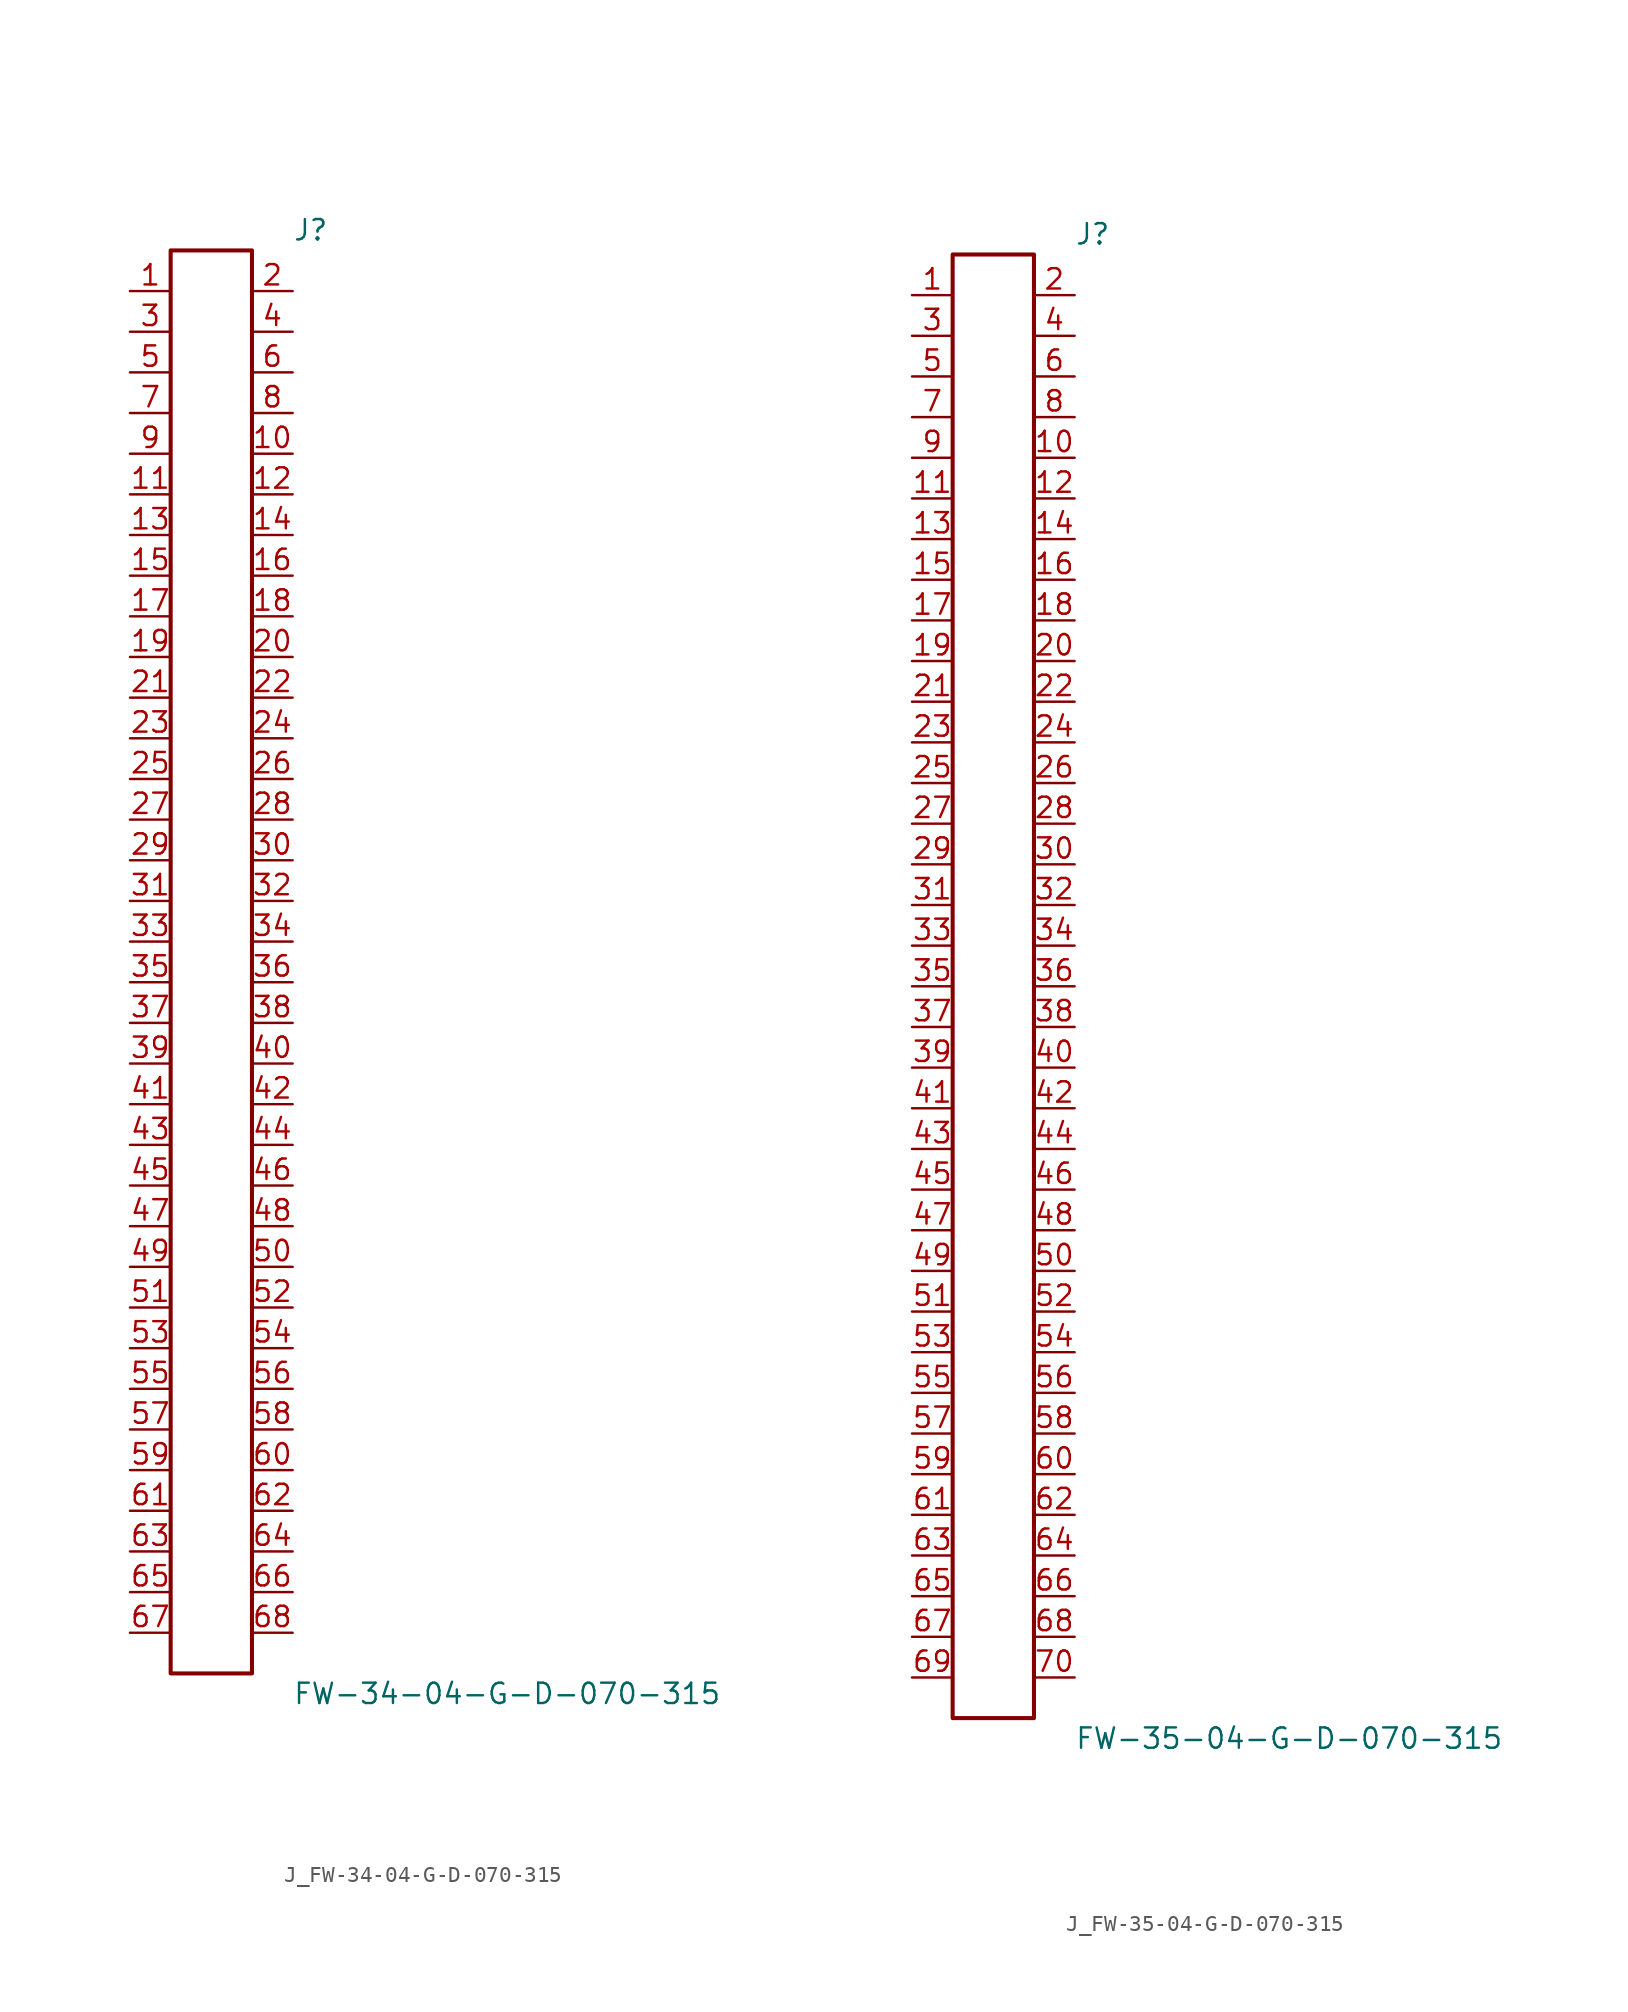
<source format=kicad_sym>
(kicad_symbol_lib
  (version 20231120)
  (generator kicad_symbol_editor)
  (generator_version 8.0)
  (symbol "J_FW-34-04-G-D-070-315"
    (pin_names
      (offset 0.254))
    (property "Reference" "J"
      (at 5.08 45.72 0)
      (effects (font (size 1.27 1.27)) (justify left)))
    (property "Value" "FW-34-04-G-D-070-315"
      (at 5.08 -45.72 0)
      (effects (font (size 1.27 1.27)) (justify left)))
    (symbol "J_FW-34-04-G-D-070-315_0_0"
      (pin passive line (at -5.08 41.91 0) (length 2.54) (name "" (effects (font (size 1.27 1.27)))) (number "1" (effects (font (size 1.27 1.27)))))
      (pin passive line (at 5.08 41.91 180) (length 2.54) (name "" (effects (font (size 1.27 1.27)))) (number "2" (effects (font (size 1.27 1.27)))))
      (pin passive line (at -5.08 39.37 0) (length 2.54) (name "" (effects (font (size 1.27 1.27)))) (number "3" (effects (font (size 1.27 1.27)))))
      (pin passive line (at 5.08 39.37 180) (length 2.54) (name "" (effects (font (size 1.27 1.27)))) (number "4" (effects (font (size 1.27 1.27)))))
      (pin passive line (at -5.08 36.83 0) (length 2.54) (name "" (effects (font (size 1.27 1.27)))) (number "5" (effects (font (size 1.27 1.27)))))
      (pin passive line (at 5.08 36.83 180) (length 2.54) (name "" (effects (font (size 1.27 1.27)))) (number "6" (effects (font (size 1.27 1.27)))))
      (pin passive line (at -5.08 34.29 0) (length 2.54) (name "" (effects (font (size 1.27 1.27)))) (number "7" (effects (font (size 1.27 1.27)))))
      (pin passive line (at 5.08 34.29 180) (length 2.54) (name "" (effects (font (size 1.27 1.27)))) (number "8" (effects (font (size 1.27 1.27)))))
      (pin passive line (at -5.08 31.75 0) (length 2.54) (name "" (effects (font (size 1.27 1.27)))) (number "9" (effects (font (size 1.27 1.27)))))
      (pin passive line (at 5.08 31.75 180) (length 2.54) (name "" (effects (font (size 1.27 1.27)))) (number "10" (effects (font (size 1.27 1.27)))))
      (pin passive line (at -5.08 29.21 0) (length 2.54) (name "" (effects (font (size 1.27 1.27)))) (number "11" (effects (font (size 1.27 1.27)))))
      (pin passive line (at 5.08 29.21 180) (length 2.54) (name "" (effects (font (size 1.27 1.27)))) (number "12" (effects (font (size 1.27 1.27)))))
      (pin passive line (at -5.08 26.67 0) (length 2.54) (name "" (effects (font (size 1.27 1.27)))) (number "13" (effects (font (size 1.27 1.27)))))
      (pin passive line (at 5.08 26.67 180) (length 2.54) (name "" (effects (font (size 1.27 1.27)))) (number "14" (effects (font (size 1.27 1.27)))))
      (pin passive line (at -5.08 24.13 0) (length 2.54) (name "" (effects (font (size 1.27 1.27)))) (number "15" (effects (font (size 1.27 1.27)))))
      (pin passive line (at 5.08 24.13 180) (length 2.54) (name "" (effects (font (size 1.27 1.27)))) (number "16" (effects (font (size 1.27 1.27)))))
      (pin passive line (at -5.08 21.59 0) (length 2.54) (name "" (effects (font (size 1.27 1.27)))) (number "17" (effects (font (size 1.27 1.27)))))
      (pin passive line (at 5.08 21.59 180) (length 2.54) (name "" (effects (font (size 1.27 1.27)))) (number "18" (effects (font (size 1.27 1.27)))))
      (pin passive line (at -5.08 19.05 0) (length 2.54) (name "" (effects (font (size 1.27 1.27)))) (number "19" (effects (font (size 1.27 1.27)))))
      (pin passive line (at 5.08 19.05 180) (length 2.54) (name "" (effects (font (size 1.27 1.27)))) (number "20" (effects (font (size 1.27 1.27)))))
      (pin passive line (at -5.08 16.51 0) (length 2.54) (name "" (effects (font (size 1.27 1.27)))) (number "21" (effects (font (size 1.27 1.27)))))
      (pin passive line (at 5.08 16.51 180) (length 2.54) (name "" (effects (font (size 1.27 1.27)))) (number "22" (effects (font (size 1.27 1.27)))))
      (pin passive line (at -5.08 13.97 0) (length 2.54) (name "" (effects (font (size 1.27 1.27)))) (number "23" (effects (font (size 1.27 1.27)))))
      (pin passive line (at 5.08 13.97 180) (length 2.54) (name "" (effects (font (size 1.27 1.27)))) (number "24" (effects (font (size 1.27 1.27)))))
      (pin passive line (at -5.08 11.43 0) (length 2.54) (name "" (effects (font (size 1.27 1.27)))) (number "25" (effects (font (size 1.27 1.27)))))
      (pin passive line (at 5.08 11.43 180) (length 2.54) (name "" (effects (font (size 1.27 1.27)))) (number "26" (effects (font (size 1.27 1.27)))))
      (pin passive line (at -5.08 8.89 0) (length 2.54) (name "" (effects (font (size 1.27 1.27)))) (number "27" (effects (font (size 1.27 1.27)))))
      (pin passive line (at 5.08 8.89 180) (length 2.54) (name "" (effects (font (size 1.27 1.27)))) (number "28" (effects (font (size 1.27 1.27)))))
      (pin passive line (at -5.08 6.35 0) (length 2.54) (name "" (effects (font (size 1.27 1.27)))) (number "29" (effects (font (size 1.27 1.27)))))
      (pin passive line (at 5.08 6.35 180) (length 2.54) (name "" (effects (font (size 1.27 1.27)))) (number "30" (effects (font (size 1.27 1.27)))))
      (pin passive line (at -5.08 3.81 0) (length 2.54) (name "" (effects (font (size 1.27 1.27)))) (number "31" (effects (font (size 1.27 1.27)))))
      (pin passive line (at 5.08 3.81 180) (length 2.54) (name "" (effects (font (size 1.27 1.27)))) (number "32" (effects (font (size 1.27 1.27)))))
      (pin passive line (at -5.08 1.27 0) (length 2.54) (name "" (effects (font (size 1.27 1.27)))) (number "33" (effects (font (size 1.27 1.27)))))
      (pin passive line (at 5.08 1.27 180) (length 2.54) (name "" (effects (font (size 1.27 1.27)))) (number "34" (effects (font (size 1.27 1.27)))))
      (pin passive line (at -5.08 -1.27 0) (length 2.54) (name "" (effects (font (size 1.27 1.27)))) (number "35" (effects (font (size 1.27 1.27)))))
      (pin passive line (at 5.08 -1.27 180) (length 2.54) (name "" (effects (font (size 1.27 1.27)))) (number "36" (effects (font (size 1.27 1.27)))))
      (pin passive line (at -5.08 -3.81 0) (length 2.54) (name "" (effects (font (size 1.27 1.27)))) (number "37" (effects (font (size 1.27 1.27)))))
      (pin passive line (at 5.08 -3.81 180) (length 2.54) (name "" (effects (font (size 1.27 1.27)))) (number "38" (effects (font (size 1.27 1.27)))))
      (pin passive line (at -5.08 -6.35 0) (length 2.54) (name "" (effects (font (size 1.27 1.27)))) (number "39" (effects (font (size 1.27 1.27)))))
      (pin passive line (at 5.08 -6.35 180) (length 2.54) (name "" (effects (font (size 1.27 1.27)))) (number "40" (effects (font (size 1.27 1.27)))))
      (pin passive line (at -5.08 -8.89 0) (length 2.54) (name "" (effects (font (size 1.27 1.27)))) (number "41" (effects (font (size 1.27 1.27)))))
      (pin passive line (at 5.08 -8.89 180) (length 2.54) (name "" (effects (font (size 1.27 1.27)))) (number "42" (effects (font (size 1.27 1.27)))))
      (pin passive line (at -5.08 -11.43 0) (length 2.54) (name "" (effects (font (size 1.27 1.27)))) (number "43" (effects (font (size 1.27 1.27)))))
      (pin passive line (at 5.08 -11.43 180) (length 2.54) (name "" (effects (font (size 1.27 1.27)))) (number "44" (effects (font (size 1.27 1.27)))))
      (pin passive line (at -5.08 -13.97 0) (length 2.54) (name "" (effects (font (size 1.27 1.27)))) (number "45" (effects (font (size 1.27 1.27)))))
      (pin passive line (at 5.08 -13.97 180) (length 2.54) (name "" (effects (font (size 1.27 1.27)))) (number "46" (effects (font (size 1.27 1.27)))))
      (pin passive line (at -5.08 -16.51 0) (length 2.54) (name "" (effects (font (size 1.27 1.27)))) (number "47" (effects (font (size 1.27 1.27)))))
      (pin passive line (at 5.08 -16.51 180) (length 2.54) (name "" (effects (font (size 1.27 1.27)))) (number "48" (effects (font (size 1.27 1.27)))))
      (pin passive line (at -5.08 -19.05 0) (length 2.54) (name "" (effects (font (size 1.27 1.27)))) (number "49" (effects (font (size 1.27 1.27)))))
      (pin passive line (at 5.08 -19.05 180) (length 2.54) (name "" (effects (font (size 1.27 1.27)))) (number "50" (effects (font (size 1.27 1.27)))))
      (pin passive line (at -5.08 -21.59 0) (length 2.54) (name "" (effects (font (size 1.27 1.27)))) (number "51" (effects (font (size 1.27 1.27)))))
      (pin passive line (at 5.08 -21.59 180) (length 2.54) (name "" (effects (font (size 1.27 1.27)))) (number "52" (effects (font (size 1.27 1.27)))))
      (pin passive line (at -5.08 -24.13 0) (length 2.54) (name "" (effects (font (size 1.27 1.27)))) (number "53" (effects (font (size 1.27 1.27)))))
      (pin passive line (at 5.08 -24.13 180) (length 2.54) (name "" (effects (font (size 1.27 1.27)))) (number "54" (effects (font (size 1.27 1.27)))))
      (pin passive line (at -5.08 -26.67 0) (length 2.54) (name "" (effects (font (size 1.27 1.27)))) (number "55" (effects (font (size 1.27 1.27)))))
      (pin passive line (at 5.08 -26.67 180) (length 2.54) (name "" (effects (font (size 1.27 1.27)))) (number "56" (effects (font (size 1.27 1.27)))))
      (pin passive line (at -5.08 -29.21 0) (length 2.54) (name "" (effects (font (size 1.27 1.27)))) (number "57" (effects (font (size 1.27 1.27)))))
      (pin passive line (at 5.08 -29.21 180) (length 2.54) (name "" (effects (font (size 1.27 1.27)))) (number "58" (effects (font (size 1.27 1.27)))))
      (pin passive line (at -5.08 -31.75 0) (length 2.54) (name "" (effects (font (size 1.27 1.27)))) (number "59" (effects (font (size 1.27 1.27)))))
      (pin passive line (at 5.08 -31.75 180) (length 2.54) (name "" (effects (font (size 1.27 1.27)))) (number "60" (effects (font (size 1.27 1.27)))))
      (pin passive line (at -5.08 -34.29 0) (length 2.54) (name "" (effects (font (size 1.27 1.27)))) (number "61" (effects (font (size 1.27 1.27)))))
      (pin passive line (at 5.08 -34.29 180) (length 2.54) (name "" (effects (font (size 1.27 1.27)))) (number "62" (effects (font (size 1.27 1.27)))))
      (pin passive line (at -5.08 -36.83 0) (length 2.54) (name "" (effects (font (size 1.27 1.27)))) (number "63" (effects (font (size 1.27 1.27)))))
      (pin passive line (at 5.08 -36.83 180) (length 2.54) (name "" (effects (font (size 1.27 1.27)))) (number "64" (effects (font (size 1.27 1.27)))))
      (pin passive line (at -5.08 -39.37 0) (length 2.54) (name "" (effects (font (size 1.27 1.27)))) (number "65" (effects (font (size 1.27 1.27)))))
      (pin passive line (at 5.08 -39.37 180) (length 2.54) (name "" (effects (font (size 1.27 1.27)))) (number "66" (effects (font (size 1.27 1.27)))))
      (pin passive line (at -5.08 -41.91 0) (length 2.54) (name "" (effects (font (size 1.27 1.27)))) (number "67" (effects (font (size 1.27 1.27)))))
      (pin passive line (at 5.08 -41.91 180) (length 2.54) (name "" (effects (font (size 1.27 1.27)))) (number "68" (effects (font (size 1.27 1.27))))))
    (symbol "J_FW-34-04-G-D-070-315_1_0"
      (rectangle (start -2.54 44.45) (end 2.54 -44.45) (stroke (width 0.254) (type solid)) (fill (type none)))))
  (symbol "J_FW-35-04-G-D-070-315"
    (pin_names
      (offset 0.254))
    (property "Reference" "J"
      (at 5.08 46.99 0)
      (effects (font (size 1.27 1.27)) (justify left)))
    (property "Value" "FW-35-04-G-D-070-315"
      (at 5.08 -46.99 0)
      (effects (font (size 1.27 1.27)) (justify left)))
    (symbol "J_FW-35-04-G-D-070-315_0_0"
      (pin passive line (at -5.08 43.18 0) (length 2.54) (name "" (effects (font (size 1.27 1.27)))) (number "1" (effects (font (size 1.27 1.27)))))
      (pin passive line (at 5.08 43.18 180) (length 2.54) (name "" (effects (font (size 1.27 1.27)))) (number "2" (effects (font (size 1.27 1.27)))))
      (pin passive line (at -5.08 40.64 0) (length 2.54) (name "" (effects (font (size 1.27 1.27)))) (number "3" (effects (font (size 1.27 1.27)))))
      (pin passive line (at 5.08 40.64 180) (length 2.54) (name "" (effects (font (size 1.27 1.27)))) (number "4" (effects (font (size 1.27 1.27)))))
      (pin passive line (at -5.08 38.1 0) (length 2.54) (name "" (effects (font (size 1.27 1.27)))) (number "5" (effects (font (size 1.27 1.27)))))
      (pin passive line (at 5.08 38.1 180) (length 2.54) (name "" (effects (font (size 1.27 1.27)))) (number "6" (effects (font (size 1.27 1.27)))))
      (pin passive line (at -5.08 35.56 0) (length 2.54) (name "" (effects (font (size 1.27 1.27)))) (number "7" (effects (font (size 1.27 1.27)))))
      (pin passive line (at 5.08 35.56 180) (length 2.54) (name "" (effects (font (size 1.27 1.27)))) (number "8" (effects (font (size 1.27 1.27)))))
      (pin passive line (at -5.08 33.02 0) (length 2.54) (name "" (effects (font (size 1.27 1.27)))) (number "9" (effects (font (size 1.27 1.27)))))
      (pin passive line (at 5.08 33.02 180) (length 2.54) (name "" (effects (font (size 1.27 1.27)))) (number "10" (effects (font (size 1.27 1.27)))))
      (pin passive line (at -5.08 30.48 0) (length 2.54) (name "" (effects (font (size 1.27 1.27)))) (number "11" (effects (font (size 1.27 1.27)))))
      (pin passive line (at 5.08 30.48 180) (length 2.54) (name "" (effects (font (size 1.27 1.27)))) (number "12" (effects (font (size 1.27 1.27)))))
      (pin passive line (at -5.08 27.94 0) (length 2.54) (name "" (effects (font (size 1.27 1.27)))) (number "13" (effects (font (size 1.27 1.27)))))
      (pin passive line (at 5.08 27.94 180) (length 2.54) (name "" (effects (font (size 1.27 1.27)))) (number "14" (effects (font (size 1.27 1.27)))))
      (pin passive line (at -5.08 25.4 0) (length 2.54) (name "" (effects (font (size 1.27 1.27)))) (number "15" (effects (font (size 1.27 1.27)))))
      (pin passive line (at 5.08 25.4 180) (length 2.54) (name "" (effects (font (size 1.27 1.27)))) (number "16" (effects (font (size 1.27 1.27)))))
      (pin passive line (at -5.08 22.86 0) (length 2.54) (name "" (effects (font (size 1.27 1.27)))) (number "17" (effects (font (size 1.27 1.27)))))
      (pin passive line (at 5.08 22.86 180) (length 2.54) (name "" (effects (font (size 1.27 1.27)))) (number "18" (effects (font (size 1.27 1.27)))))
      (pin passive line (at -5.08 20.32 0) (length 2.54) (name "" (effects (font (size 1.27 1.27)))) (number "19" (effects (font (size 1.27 1.27)))))
      (pin passive line (at 5.08 20.32 180) (length 2.54) (name "" (effects (font (size 1.27 1.27)))) (number "20" (effects (font (size 1.27 1.27)))))
      (pin passive line (at -5.08 17.78 0) (length 2.54) (name "" (effects (font (size 1.27 1.27)))) (number "21" (effects (font (size 1.27 1.27)))))
      (pin passive line (at 5.08 17.78 180) (length 2.54) (name "" (effects (font (size 1.27 1.27)))) (number "22" (effects (font (size 1.27 1.27)))))
      (pin passive line (at -5.08 15.24 0) (length 2.54) (name "" (effects (font (size 1.27 1.27)))) (number "23" (effects (font (size 1.27 1.27)))))
      (pin passive line (at 5.08 15.24 180) (length 2.54) (name "" (effects (font (size 1.27 1.27)))) (number "24" (effects (font (size 1.27 1.27)))))
      (pin passive line (at -5.08 12.7 0) (length 2.54) (name "" (effects (font (size 1.27 1.27)))) (number "25" (effects (font (size 1.27 1.27)))))
      (pin passive line (at 5.08 12.7 180) (length 2.54) (name "" (effects (font (size 1.27 1.27)))) (number "26" (effects (font (size 1.27 1.27)))))
      (pin passive line (at -5.08 10.16 0) (length 2.54) (name "" (effects (font (size 1.27 1.27)))) (number "27" (effects (font (size 1.27 1.27)))))
      (pin passive line (at 5.08 10.16 180) (length 2.54) (name "" (effects (font (size 1.27 1.27)))) (number "28" (effects (font (size 1.27 1.27)))))
      (pin passive line (at -5.08 7.62 0) (length 2.54) (name "" (effects (font (size 1.27 1.27)))) (number "29" (effects (font (size 1.27 1.27)))))
      (pin passive line (at 5.08 7.62 180) (length 2.54) (name "" (effects (font (size 1.27 1.27)))) (number "30" (effects (font (size 1.27 1.27)))))
      (pin passive line (at -5.08 5.08 0) (length 2.54) (name "" (effects (font (size 1.27 1.27)))) (number "31" (effects (font (size 1.27 1.27)))))
      (pin passive line (at 5.08 5.08 180) (length 2.54) (name "" (effects (font (size 1.27 1.27)))) (number "32" (effects (font (size 1.27 1.27)))))
      (pin passive line (at -5.08 2.54 0) (length 2.54) (name "" (effects (font (size 1.27 1.27)))) (number "33" (effects (font (size 1.27 1.27)))))
      (pin passive line (at 5.08 2.54 180) (length 2.54) (name "" (effects (font (size 1.27 1.27)))) (number "34" (effects (font (size 1.27 1.27)))))
      (pin passive line (at -5.08 0.0 0) (length 2.54) (name "" (effects (font (size 1.27 1.27)))) (number "35" (effects (font (size 1.27 1.27)))))
      (pin passive line (at 5.08 0.0 180) (length 2.54) (name "" (effects (font (size 1.27 1.27)))) (number "36" (effects (font (size 1.27 1.27)))))
      (pin passive line (at -5.08 -2.54 0) (length 2.54) (name "" (effects (font (size 1.27 1.27)))) (number "37" (effects (font (size 1.27 1.27)))))
      (pin passive line (at 5.08 -2.54 180) (length 2.54) (name "" (effects (font (size 1.27 1.27)))) (number "38" (effects (font (size 1.27 1.27)))))
      (pin passive line (at -5.08 -5.08 0) (length 2.54) (name "" (effects (font (size 1.27 1.27)))) (number "39" (effects (font (size 1.27 1.27)))))
      (pin passive line (at 5.08 -5.08 180) (length 2.54) (name "" (effects (font (size 1.27 1.27)))) (number "40" (effects (font (size 1.27 1.27)))))
      (pin passive line (at -5.08 -7.62 0) (length 2.54) (name "" (effects (font (size 1.27 1.27)))) (number "41" (effects (font (size 1.27 1.27)))))
      (pin passive line (at 5.08 -7.62 180) (length 2.54) (name "" (effects (font (size 1.27 1.27)))) (number "42" (effects (font (size 1.27 1.27)))))
      (pin passive line (at -5.08 -10.16 0) (length 2.54) (name "" (effects (font (size 1.27 1.27)))) (number "43" (effects (font (size 1.27 1.27)))))
      (pin passive line (at 5.08 -10.16 180) (length 2.54) (name "" (effects (font (size 1.27 1.27)))) (number "44" (effects (font (size 1.27 1.27)))))
      (pin passive line (at -5.08 -12.7 0) (length 2.54) (name "" (effects (font (size 1.27 1.27)))) (number "45" (effects (font (size 1.27 1.27)))))
      (pin passive line (at 5.08 -12.7 180) (length 2.54) (name "" (effects (font (size 1.27 1.27)))) (number "46" (effects (font (size 1.27 1.27)))))
      (pin passive line (at -5.08 -15.24 0) (length 2.54) (name "" (effects (font (size 1.27 1.27)))) (number "47" (effects (font (size 1.27 1.27)))))
      (pin passive line (at 5.08 -15.24 180) (length 2.54) (name "" (effects (font (size 1.27 1.27)))) (number "48" (effects (font (size 1.27 1.27)))))
      (pin passive line (at -5.08 -17.78 0) (length 2.54) (name "" (effects (font (size 1.27 1.27)))) (number "49" (effects (font (size 1.27 1.27)))))
      (pin passive line (at 5.08 -17.78 180) (length 2.54) (name "" (effects (font (size 1.27 1.27)))) (number "50" (effects (font (size 1.27 1.27)))))
      (pin passive line (at -5.08 -20.32 0) (length 2.54) (name "" (effects (font (size 1.27 1.27)))) (number "51" (effects (font (size 1.27 1.27)))))
      (pin passive line (at 5.08 -20.32 180) (length 2.54) (name "" (effects (font (size 1.27 1.27)))) (number "52" (effects (font (size 1.27 1.27)))))
      (pin passive line (at -5.08 -22.86 0) (length 2.54) (name "" (effects (font (size 1.27 1.27)))) (number "53" (effects (font (size 1.27 1.27)))))
      (pin passive line (at 5.08 -22.86 180) (length 2.54) (name "" (effects (font (size 1.27 1.27)))) (number "54" (effects (font (size 1.27 1.27)))))
      (pin passive line (at -5.08 -25.4 0) (length 2.54) (name "" (effects (font (size 1.27 1.27)))) (number "55" (effects (font (size 1.27 1.27)))))
      (pin passive line (at 5.08 -25.4 180) (length 2.54) (name "" (effects (font (size 1.27 1.27)))) (number "56" (effects (font (size 1.27 1.27)))))
      (pin passive line (at -5.08 -27.94 0) (length 2.54) (name "" (effects (font (size 1.27 1.27)))) (number "57" (effects (font (size 1.27 1.27)))))
      (pin passive line (at 5.08 -27.94 180) (length 2.54) (name "" (effects (font (size 1.27 1.27)))) (number "58" (effects (font (size 1.27 1.27)))))
      (pin passive line (at -5.08 -30.48 0) (length 2.54) (name "" (effects (font (size 1.27 1.27)))) (number "59" (effects (font (size 1.27 1.27)))))
      (pin passive line (at 5.08 -30.48 180) (length 2.54) (name "" (effects (font (size 1.27 1.27)))) (number "60" (effects (font (size 1.27 1.27)))))
      (pin passive line (at -5.08 -33.02 0) (length 2.54) (name "" (effects (font (size 1.27 1.27)))) (number "61" (effects (font (size 1.27 1.27)))))
      (pin passive line (at 5.08 -33.02 180) (length 2.54) (name "" (effects (font (size 1.27 1.27)))) (number "62" (effects (font (size 1.27 1.27)))))
      (pin passive line (at -5.08 -35.56 0) (length 2.54) (name "" (effects (font (size 1.27 1.27)))) (number "63" (effects (font (size 1.27 1.27)))))
      (pin passive line (at 5.08 -35.56 180) (length 2.54) (name "" (effects (font (size 1.27 1.27)))) (number "64" (effects (font (size 1.27 1.27)))))
      (pin passive line (at -5.08 -38.1 0) (length 2.54) (name "" (effects (font (size 1.27 1.27)))) (number "65" (effects (font (size 1.27 1.27)))))
      (pin passive line (at 5.08 -38.1 180) (length 2.54) (name "" (effects (font (size 1.27 1.27)))) (number "66" (effects (font (size 1.27 1.27)))))
      (pin passive line (at -5.08 -40.64 0) (length 2.54) (name "" (effects (font (size 1.27 1.27)))) (number "67" (effects (font (size 1.27 1.27)))))
      (pin passive line (at 5.08 -40.64 180) (length 2.54) (name "" (effects (font (size 1.27 1.27)))) (number "68" (effects (font (size 1.27 1.27)))))
      (pin passive line (at -5.08 -43.18 0) (length 2.54) (name "" (effects (font (size 1.27 1.27)))) (number "69" (effects (font (size 1.27 1.27)))))
      (pin passive line (at 5.08 -43.18 180) (length 2.54) (name "" (effects (font (size 1.27 1.27)))) (number "70" (effects (font (size 1.27 1.27))))))
    (symbol "J_FW-35-04-G-D-070-315_1_0"
      (rectangle (start -2.54 45.72) (end 2.54 -45.72) (stroke (width 0.254) (type solid)) (fill (type none))))))
</source>
